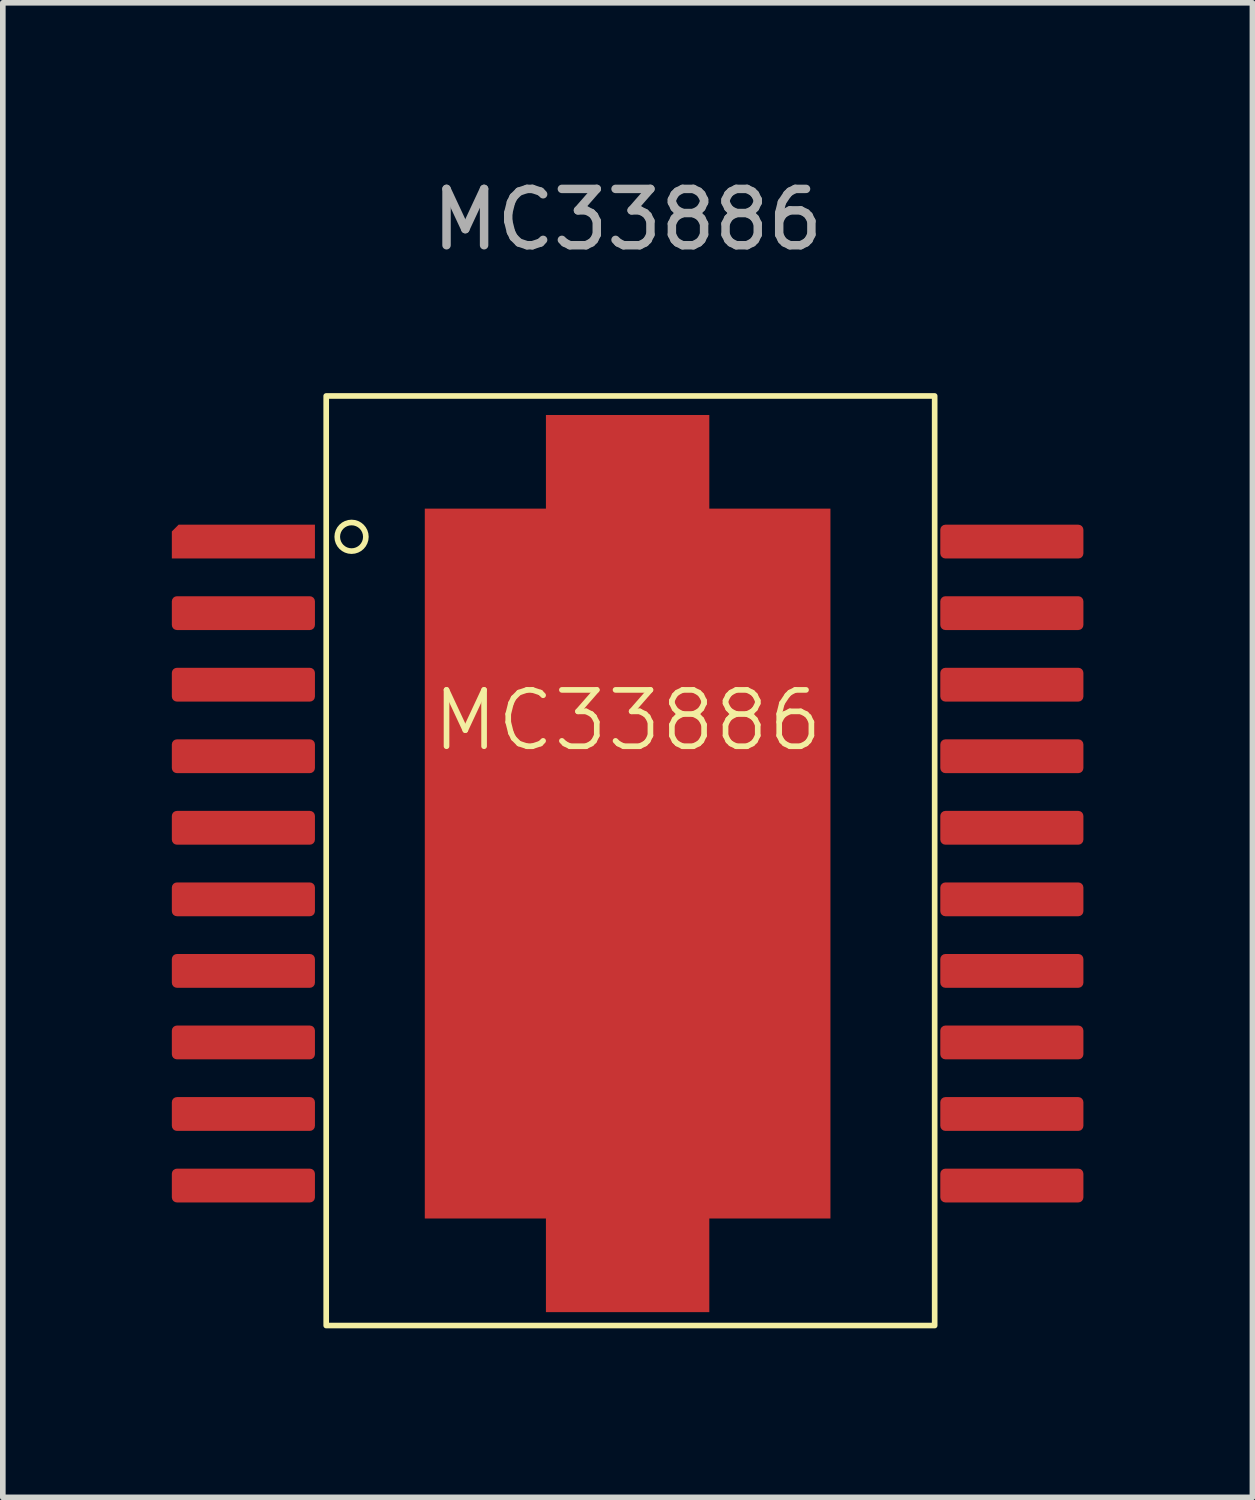
<source format=kicad_pcb>
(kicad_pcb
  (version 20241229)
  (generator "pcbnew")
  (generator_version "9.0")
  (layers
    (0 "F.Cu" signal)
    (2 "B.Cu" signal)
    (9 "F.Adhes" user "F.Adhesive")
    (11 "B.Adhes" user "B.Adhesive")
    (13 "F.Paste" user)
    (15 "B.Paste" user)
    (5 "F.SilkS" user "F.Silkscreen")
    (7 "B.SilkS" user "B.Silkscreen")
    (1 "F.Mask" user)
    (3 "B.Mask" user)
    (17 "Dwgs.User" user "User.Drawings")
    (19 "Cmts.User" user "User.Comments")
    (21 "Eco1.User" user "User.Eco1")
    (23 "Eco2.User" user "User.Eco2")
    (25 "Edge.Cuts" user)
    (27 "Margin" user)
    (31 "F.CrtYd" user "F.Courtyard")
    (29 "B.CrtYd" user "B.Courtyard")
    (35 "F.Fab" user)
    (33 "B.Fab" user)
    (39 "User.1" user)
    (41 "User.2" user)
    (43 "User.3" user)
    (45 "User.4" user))
  (footprint "MC33886"
    (layer "F.Cu")
    (at 8.09 12.278)
    (property "Reference" "MC33886" (at 0 -2.54 0) (unlocked yes) (layer "F.SilkS") (effects (font (size 1 1) (thickness 0.1))))
    (attr smd)
    (fp_rect (start -5.35 -8.3) (end 5.45 8.2) (stroke (width 0.1) (type default)) (fill no) (layer "F.SilkS"))
    (fp_circle (center -4.9 -5.8) (end -4.646 -5.8) (stroke (width 0.1) (type default)) (fill no) (layer "F.SilkS"))
    (fp_text user "${REFERENCE}" (at 0 -11.43 0) (unlocked yes) (layer "F.Fab") (effects (font (size 1 1) (thickness 0.15))))
    (pad "-" smd custom (at 0 -7.112) (size 2.9 1.7) (layers "F.Cu" "F.Mask" "F.Paste") (options (anchor rect)) (primitives))
    (pad "-" smd custom (at 0 0) (size 7.2 12.6) (layers "F.Cu" "F.Mask" "F.Paste") (options (anchor rect)) (primitives))
    (pad "-" smd custom (at 0 7.112) (size 2.9 1.7) (layers "F.Cu" "F.Mask" "F.Paste") (options (anchor rect)) (primitives))
    (pad "1" smd roundrect (at -6.82 -5.715) (size 2.54 0.6) (layers "F.Cu" "F.Mask" "F.Paste") (roundrect_rratio 0) (chamfer_ratio 0.2) (chamfer top_left))
    (pad "2" smd roundrect (at -6.82 -4.445) (size 2.54 0.6) (layers "F.Cu" "F.Mask" "F.Paste") (roundrect_rratio 0.15))
    (pad "3" smd roundrect (at -6.82 -3.175) (size 2.54 0.6) (layers "F.Cu" "F.Mask" "B.Adhes" "F.Paste") (roundrect_rratio 0.15))
    (pad "4" smd roundrect (at -6.82 -1.905) (size 2.54 0.6) (layers "F.Cu" "F.Mask" "F.Paste") (roundrect_rratio 0.15))
    (pad "5" smd roundrect (at -6.82 -0.635) (size 2.54 0.6) (layers "F.Cu" "F.Mask" "F.Paste") (roundrect_rratio 0.15))
    (pad "6" smd roundrect (at -6.82 0.635) (size 2.54 0.6) (layers "F.Cu" "F.Mask" "F.Paste") (roundrect_rratio 0.15))
    (pad "7" smd roundrect (at -6.82 1.905) (size 2.54 0.6) (layers "F.Cu" "F.Mask" "F.Paste") (roundrect_rratio 0.15))
    (pad "8" smd roundrect (at -6.82 3.175) (size 2.54 0.6) (layers "F.Cu" "F.Mask" "F.Paste") (roundrect_rratio 0.15))
    (pad "9" smd roundrect (at -6.82 4.445) (size 2.54 0.6) (layers "F.Cu" "F.Mask" "F.Paste") (roundrect_rratio 0.15))
    (pad "10" smd roundrect (at -6.82 5.715) (size 2.54 0.6) (layers "F.Cu" "F.Mask" "F.Paste") (roundrect_rratio 0.15))
    (pad "11" smd roundrect (at 6.82 5.715) (size 2.54 0.6) (layers "F.Cu" "F.Mask" "F.Paste") (roundrect_rratio 0.15))
    (pad "12" smd roundrect (at 6.82 4.445) (size 2.54 0.6) (layers "F.Cu" "F.Mask" "F.Paste") (roundrect_rratio 0.15))
    (pad "13" smd roundrect (at 6.82 3.175) (size 2.54 0.6) (layers "F.Cu" "F.Mask" "F.Paste") (roundrect_rratio 0.15))
    (pad "14" smd roundrect (at 6.82 1.905) (size 2.54 0.6) (layers "F.Cu" "F.Mask" "F.Paste") (roundrect_rratio 0.15))
    (pad "15" smd roundrect (at 6.82 0.635) (size 2.54 0.6) (layers "F.Cu" "F.Mask" "F.Paste") (roundrect_rratio 0.15))
    (pad "16" smd roundrect (at 6.82 -0.635) (size 2.54 0.6) (layers "F.Cu" "F.Mask" "F.Paste") (roundrect_rratio 0.15))
    (pad "17" smd roundrect (at 6.82 -1.905) (size 2.54 0.6) (layers "F.Cu" "F.Mask" "F.Paste") (roundrect_rratio 0.15))
    (pad "18" smd roundrect (at 6.82 -3.175) (size 2.54 0.6) (layers "F.Cu" "F.Mask" "B.Adhes" "F.Paste") (roundrect_rratio 0.15))
    (pad "19" smd roundrect (at 6.82 -4.445) (size 2.54 0.6) (layers "F.Cu" "F.Mask" "F.Paste") (roundrect_rratio 0.15))
    (pad "20" smd roundrect (at 6.82 -5.715) (size 2.54 0.6) (layers "F.Cu" "F.Mask" "F.Paste") (roundrect_rratio 0.15))
    (zone (net_name "") (layer "F.SilkS") (hatch edge 0.5) (connect_pads) (min_thickness 0.25) (filled_areas_thickness no) (keepout (tracks allowed) (vias allowed) (pads not_allowed) (copperpour allowed) (footprints not_allowed)) (placement (enabled no)) (fill) (polygon (pts (xy 2.74 3.978) (xy 13.54 3.978) (xy 13.54 20.478) (xy 2.74 20.478)))))
  (gr_rect
    (start -3 -3)
    (end 19.18 23.528)
    (stroke (width 0.1) (type default))
    (fill no)
    (layer "Edge.Cuts")))
</source>
